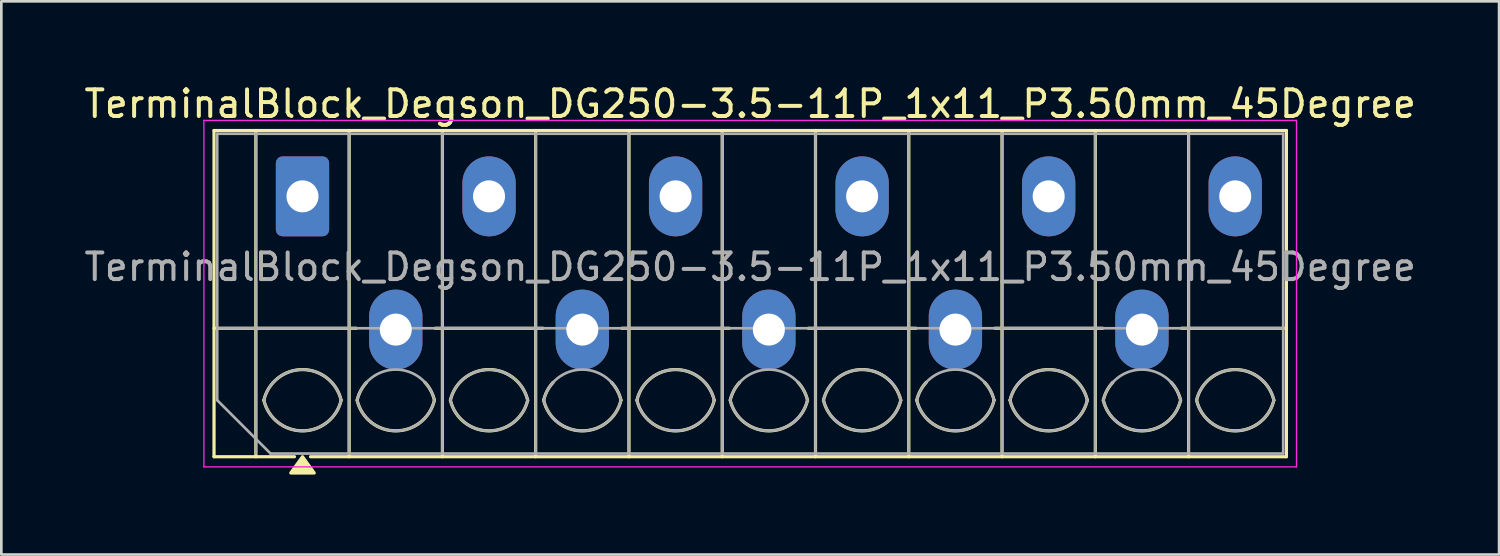
<source format=kicad_pcb>
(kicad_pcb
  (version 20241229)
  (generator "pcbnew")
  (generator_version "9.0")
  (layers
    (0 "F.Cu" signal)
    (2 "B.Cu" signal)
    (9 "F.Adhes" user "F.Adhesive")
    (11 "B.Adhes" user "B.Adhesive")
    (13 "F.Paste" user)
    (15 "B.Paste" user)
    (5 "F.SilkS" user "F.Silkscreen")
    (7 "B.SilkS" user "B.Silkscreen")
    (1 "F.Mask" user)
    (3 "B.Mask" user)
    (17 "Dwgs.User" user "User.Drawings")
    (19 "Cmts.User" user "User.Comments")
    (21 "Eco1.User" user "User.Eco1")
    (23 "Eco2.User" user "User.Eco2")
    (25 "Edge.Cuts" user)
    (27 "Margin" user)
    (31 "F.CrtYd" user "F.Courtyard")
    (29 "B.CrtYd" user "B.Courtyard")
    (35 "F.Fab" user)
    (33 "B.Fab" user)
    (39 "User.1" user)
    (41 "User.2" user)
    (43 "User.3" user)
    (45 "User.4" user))
  (footprint "TerminalBlock_Degson_DG250-3.5-11P_1x11_P3.50mm_45Degree"
    (layer "F.Cu")
    (at 8.301 4.318)
    (property "Reference" "TerminalBlock_Degson_DG250-3.5-11P_1x11_P3.50mm_45Degree" (at 16.8 -3.47 0) (layer "F.SilkS") (effects (font (size 1 1) (thickness 0.15))))
    (attr through_hole)
    (fp_line (start -3.32 -2.47) (end -3.32 9.77) (stroke (width 0.12) (type solid)) (layer "F.SilkS"))
    (fp_line (start -3.32 -2.47) (end 36.92 -2.47) (stroke (width 0.12) (type solid)) (layer "F.SilkS"))
    (fp_line (start -3.32 4.95) (end 2.02 4.95) (stroke (width 0.12) (type solid)) (layer "F.SilkS"))
    (fp_line (start -3.32 9.77) (end -0.3 9.77) (stroke (width 0.12) (type solid)) (layer "F.SilkS"))
    (fp_line (start -1.75 -2.47) (end -1.75 9.77) (stroke (width 0.12) (type solid)) (layer "F.SilkS"))
    (fp_line (start 0.3 9.77) (end 36.92 9.77) (stroke (width 0.12) (type solid)) (layer "F.SilkS"))
    (fp_line (start 1.75 -2.47) (end 1.75 9.77) (stroke (width 0.12) (type solid)) (layer "F.SilkS"))
    (fp_line (start 4.98 4.95) (end 9.02 4.95) (stroke (width 0.12) (type solid)) (layer "F.SilkS"))
    (fp_line (start 5.25 -2.47) (end 5.25 9.77) (stroke (width 0.12) (type solid)) (layer "F.SilkS"))
    (fp_line (start 8.75 -2.47) (end 8.75 9.77) (stroke (width 0.12) (type solid)) (layer "F.SilkS"))
    (fp_line (start 11.98 4.95) (end 16.02 4.95) (stroke (width 0.12) (type solid)) (layer "F.SilkS"))
    (fp_line (start 12.25 -2.47) (end 12.25 9.77) (stroke (width 0.12) (type solid)) (layer "F.SilkS"))
    (fp_line (start 15.75 -2.47) (end 15.75 9.77) (stroke (width 0.12) (type solid)) (layer "F.SilkS"))
    (fp_line (start 18.98 4.95) (end 23.02 4.95) (stroke (width 0.12) (type solid)) (layer "F.SilkS"))
    (fp_line (start 19.25 -2.47) (end 19.25 9.77) (stroke (width 0.12) (type solid)) (layer "F.SilkS"))
    (fp_line (start 22.75 -2.47) (end 22.75 9.77) (stroke (width 0.12) (type solid)) (layer "F.SilkS"))
    (fp_line (start 25.98 4.95) (end 30.02 4.95) (stroke (width 0.12) (type solid)) (layer "F.SilkS"))
    (fp_line (start 26.25 -2.47) (end 26.25 9.77) (stroke (width 0.12) (type solid)) (layer "F.SilkS"))
    (fp_line (start 29.75 -2.47) (end 29.75 9.77) (stroke (width 0.12) (type solid)) (layer "F.SilkS"))
    (fp_line (start 32.98 4.95) (end 36.92 4.95) (stroke (width 0.12) (type solid)) (layer "F.SilkS"))
    (fp_line (start 33.25 -2.47) (end 33.25 9.77) (stroke (width 0.12) (type solid)) (layer "F.SilkS"))
    (fp_line (start 36.92 -2.47) (end 36.92 9.77) (stroke (width 0.12) (type solid)) (layer "F.SilkS"))
    (fp_arc (start -1.45 7.65) (mid 0 6.5) (end 1.45 7.65) (stroke (width 0.12) (type solid)) (layer "F.SilkS"))
    (fp_arc (start 1.45 7.65) (mid 0 8.8) (end -1.45 7.65) (stroke (width 0.12) (type solid)) (layer "F.SilkS"))
    (fp_arc (start 2.05 7.65) (mid 2.18402 7.291962) (end 2.405 6.98) (stroke (width 0.12) (type solid)) (layer "F.SilkS"))
    (fp_arc (start 4.595 6.98) (mid 4.81598 7.291962) (end 4.95 7.65) (stroke (width 0.12) (type solid)) (layer "F.SilkS"))
    (fp_arc (start 4.95 7.65) (mid 3.5 8.8) (end 2.05 7.65) (stroke (width 0.12) (type solid)) (layer "F.SilkS"))
    (fp_arc (start 5.55 7.65) (mid 7 6.5) (end 8.45 7.65) (stroke (width 0.12) (type solid)) (layer "F.SilkS"))
    (fp_arc (start 8.45 7.65) (mid 7 8.8) (end 5.55 7.65) (stroke (width 0.12) (type solid)) (layer "F.SilkS"))
    (fp_arc (start 9.05 7.65) (mid 9.18402 7.291962) (end 9.405 6.98) (stroke (width 0.12) (type solid)) (layer "F.SilkS"))
    (fp_arc (start 11.595 6.98) (mid 11.81598 7.291962) (end 11.95 7.65) (stroke (width 0.12) (type solid)) (layer "F.SilkS"))
    (fp_arc (start 11.95 7.65) (mid 10.5 8.8) (end 9.05 7.65) (stroke (width 0.12) (type solid)) (layer "F.SilkS"))
    (fp_arc (start 12.55 7.65) (mid 14 6.5) (end 15.45 7.65) (stroke (width 0.12) (type solid)) (layer "F.SilkS"))
    (fp_arc (start 15.45 7.65) (mid 14 8.8) (end 12.55 7.65) (stroke (width 0.12) (type solid)) (layer "F.SilkS"))
    (fp_arc (start 16.05 7.65) (mid 16.18402 7.291962) (end 16.405 6.98) (stroke (width 0.12) (type solid)) (layer "F.SilkS"))
    (fp_arc (start 18.595 6.98) (mid 18.81598 7.291962) (end 18.95 7.65) (stroke (width 0.12) (type solid)) (layer "F.SilkS"))
    (fp_arc (start 18.95 7.65) (mid 17.5 8.8) (end 16.05 7.65) (stroke (width 0.12) (type solid)) (layer "F.SilkS"))
    (fp_arc (start 19.55 7.65) (mid 21 6.5) (end 22.45 7.65) (stroke (width 0.12) (type solid)) (layer "F.SilkS"))
    (fp_arc (start 22.45 7.65) (mid 21 8.8) (end 19.55 7.65) (stroke (width 0.12) (type solid)) (layer "F.SilkS"))
    (fp_arc (start 23.05 7.65) (mid 23.18402 7.291962) (end 23.405 6.98) (stroke (width 0.12) (type solid)) (layer "F.SilkS"))
    (fp_arc (start 25.595 6.98) (mid 25.81598 7.291962) (end 25.95 7.65) (stroke (width 0.12) (type solid)) (layer "F.SilkS"))
    (fp_arc (start 25.95 7.65) (mid 24.5 8.8) (end 23.05 7.65) (stroke (width 0.12) (type solid)) (layer "F.SilkS"))
    (fp_arc (start 26.55 7.65) (mid 28 6.5) (end 29.45 7.65) (stroke (width 0.12) (type solid)) (layer "F.SilkS"))
    (fp_arc (start 29.45 7.65) (mid 28 8.8) (end 26.55 7.65) (stroke (width 0.12) (type solid)) (layer "F.SilkS"))
    (fp_arc (start 30.05 7.65) (mid 30.18402 7.291962) (end 30.405 6.98) (stroke (width 0.12) (type solid)) (layer "F.SilkS"))
    (fp_arc (start 32.595 6.98) (mid 32.81598 7.291962) (end 32.95 7.65) (stroke (width 0.12) (type solid)) (layer "F.SilkS"))
    (fp_arc (start 32.95 7.65) (mid 31.5 8.8) (end 30.05 7.65) (stroke (width 0.12) (type solid)) (layer "F.SilkS"))
    (fp_arc (start 33.55 7.65) (mid 35 6.5) (end 36.45 7.65) (stroke (width 0.12) (type solid)) (layer "F.SilkS"))
    (fp_arc (start 36.45 7.65) (mid 35 8.8) (end 33.55 7.65) (stroke (width 0.12) (type solid)) (layer "F.SilkS"))
    (fp_poly (pts (xy 0 9.77) (xy 0.44 10.38) (xy -0.44 10.38)) (stroke (width 0.12) (type solid)) (fill yes) (layer "F.SilkS"))
    (fp_line (start -3.7 -2.85) (end -3.7 10.15) (stroke (width 0.05) (type solid)) (layer "F.CrtYd"))
    (fp_line (start -3.7 10.15) (end 37.3 10.15) (stroke (width 0.05) (type solid)) (layer "F.CrtYd"))
    (fp_line (start 37.3 -2.85) (end -3.7 -2.85) (stroke (width 0.05) (type solid)) (layer "F.CrtYd"))
    (fp_line (start 37.3 10.15) (end 37.3 -2.85) (stroke (width 0.05) (type solid)) (layer "F.CrtYd"))
    (fp_line (start -3.2 -2.35) (end 36.8 -2.35) (stroke (width 0.1) (type solid)) (layer "F.Fab"))
    (fp_line (start -3.2 4.95) (end 36.8 4.95) (stroke (width 0.1) (type solid)) (layer "F.Fab"))
    (fp_line (start -3.2 7.65) (end -3.2 -2.35) (stroke (width 0.1) (type solid)) (layer "F.Fab"))
    (fp_line (start -1.75 -2.35) (end -1.75 9.65) (stroke (width 0.1) (type solid)) (layer "F.Fab"))
    (fp_line (start -1.2 9.65) (end -3.2 7.65) (stroke (width 0.1) (type solid)) (layer "F.Fab"))
    (fp_line (start 1.75 -2.35) (end 1.75 9.65) (stroke (width 0.1) (type solid)) (layer "F.Fab"))
    (fp_line (start 5.25 -2.35) (end 5.25 9.65) (stroke (width 0.1) (type solid)) (layer "F.Fab"))
    (fp_line (start 8.75 -2.35) (end 8.75 9.65) (stroke (width 0.1) (type solid)) (layer "F.Fab"))
    (fp_line (start 12.25 -2.35) (end 12.25 9.65) (stroke (width 0.1) (type solid)) (layer "F.Fab"))
    (fp_line (start 15.75 -2.35) (end 15.75 9.65) (stroke (width 0.1) (type solid)) (layer "F.Fab"))
    (fp_line (start 19.25 -2.35) (end 19.25 9.65) (stroke (width 0.1) (type solid)) (layer "F.Fab"))
    (fp_line (start 22.75 -2.35) (end 22.75 9.65) (stroke (width 0.1) (type solid)) (layer "F.Fab"))
    (fp_line (start 26.25 -2.35) (end 26.25 9.65) (stroke (width 0.1) (type solid)) (layer "F.Fab"))
    (fp_line (start 29.75 -2.35) (end 29.75 9.65) (stroke (width 0.1) (type solid)) (layer "F.Fab"))
    (fp_line (start 33.25 -2.35) (end 33.25 9.65) (stroke (width 0.1) (type solid)) (layer "F.Fab"))
    (fp_line (start 36.8 -2.35) (end 36.8 9.65) (stroke (width 0.1) (type solid)) (layer "F.Fab"))
    (fp_line (start 36.8 9.65) (end -1.2 9.65) (stroke (width 0.1) (type solid)) (layer "F.Fab"))
    (fp_arc (start -1.45 7.65) (mid 0 6.5) (end 1.45 7.65) (stroke (width 0.1) (type solid)) (layer "F.Fab"))
    (fp_arc (start 1.45 7.65) (mid 0 8.8) (end -1.45 7.65) (stroke (width 0.1) (type solid)) (layer "F.Fab"))
    (fp_arc (start 2.05 7.65) (mid 3.5 6.5) (end 4.95 7.65) (stroke (width 0.1) (type solid)) (layer "F.Fab"))
    (fp_arc (start 4.95 7.65) (mid 3.5 8.8) (end 2.05 7.65) (stroke (width 0.1) (type solid)) (layer "F.Fab"))
    (fp_arc (start 5.55 7.65) (mid 7 6.5) (end 8.45 7.65) (stroke (width 0.1) (type solid)) (layer "F.Fab"))
    (fp_arc (start 8.45 7.65) (mid 7 8.8) (end 5.55 7.65) (stroke (width 0.1) (type solid)) (layer "F.Fab"))
    (fp_arc (start 9.05 7.65) (mid 10.5 6.5) (end 11.95 7.65) (stroke (width 0.1) (type solid)) (layer "F.Fab"))
    (fp_arc (start 11.95 7.65) (mid 10.5 8.8) (end 9.05 7.65) (stroke (width 0.1) (type solid)) (layer "F.Fab"))
    (fp_arc (start 12.55 7.65) (mid 14 6.5) (end 15.45 7.65) (stroke (width 0.1) (type solid)) (layer "F.Fab"))
    (fp_arc (start 15.45 7.65) (mid 14 8.8) (end 12.55 7.65) (stroke (width 0.1) (type solid)) (layer "F.Fab"))
    (fp_arc (start 16.05 7.65) (mid 17.5 6.5) (end 18.95 7.65) (stroke (width 0.1) (type solid)) (layer "F.Fab"))
    (fp_arc (start 18.95 7.65) (mid 17.5 8.8) (end 16.05 7.65) (stroke (width 0.1) (type solid)) (layer "F.Fab"))
    (fp_arc (start 19.55 7.65) (mid 21 6.5) (end 22.45 7.65) (stroke (width 0.1) (type solid)) (layer "F.Fab"))
    (fp_arc (start 22.45 7.65) (mid 21 8.8) (end 19.55 7.65) (stroke (width 0.1) (type solid)) (layer "F.Fab"))
    (fp_arc (start 23.05 7.65) (mid 24.5 6.5) (end 25.95 7.65) (stroke (width 0.1) (type solid)) (layer "F.Fab"))
    (fp_arc (start 25.95 7.65) (mid 24.5 8.8) (end 23.05 7.65) (stroke (width 0.1) (type solid)) (layer "F.Fab"))
    (fp_arc (start 26.55 7.65) (mid 28 6.5) (end 29.45 7.65) (stroke (width 0.1) (type solid)) (layer "F.Fab"))
    (fp_arc (start 29.45 7.65) (mid 28 8.8) (end 26.55 7.65) (stroke (width 0.1) (type solid)) (layer "F.Fab"))
    (fp_arc (start 30.05 7.65) (mid 31.5 6.5) (end 32.95 7.65) (stroke (width 0.1) (type solid)) (layer "F.Fab"))
    (fp_arc (start 32.95 7.65) (mid 31.5 8.8) (end 30.05 7.65) (stroke (width 0.1) (type solid)) (layer "F.Fab"))
    (fp_arc (start 33.55 7.65) (mid 35 6.5) (end 36.45 7.65) (stroke (width 0.1) (type solid)) (layer "F.Fab"))
    (fp_arc (start 36.45 7.65) (mid 35 8.8) (end 33.55 7.65) (stroke (width 0.1) (type solid)) (layer "F.Fab"))
    (fp_text user "${REFERENCE}" (at 16.8 2.65 0) (layer "F.Fab") (effects (font (size 1 1) (thickness 0.15))))
    (pad "1" thru_hole roundrect (at 0 0) (size 2 3) (drill 1.2) (layers "*.Cu" "*.Mask") (roundrect_rratio 0.125))
    (pad "2" thru_hole oval (at 3.5 5) (size 2 3) (drill 1.2) (layers "*.Cu" "*.Mask"))
    (pad "3" thru_hole oval (at 7 0) (size 2 3) (drill 1.2) (layers "*.Cu" "*.Mask"))
    (pad "4" thru_hole oval (at 10.5 5) (size 2 3) (drill 1.2) (layers "*.Cu" "*.Mask"))
    (pad "5" thru_hole oval (at 14 0) (size 2 3) (drill 1.2) (layers "*.Cu" "*.Mask"))
    (pad "6" thru_hole oval (at 17.5 5) (size 2 3) (drill 1.2) (layers "*.Cu" "*.Mask"))
    (pad "7" thru_hole oval (at 21 0) (size 2 3) (drill 1.2) (layers "*.Cu" "*.Mask"))
    (pad "8" thru_hole oval (at 24.5 5) (size 2 3) (drill 1.2) (layers "*.Cu" "*.Mask"))
    (pad "9" thru_hole oval (at 28 0) (size 2 3) (drill 1.2) (layers "*.Cu" "*.Mask"))
    (pad "10" thru_hole oval (at 31.5 5) (size 2 3) (drill 1.2) (layers "*.Cu" "*.Mask"))
    (pad "11" thru_hole oval (at 35 0) (size 2 3) (drill 1.2) (layers "*.Cu" "*.Mask")))
  (gr_rect
    (start -3 -3)
    (end 53.202 17.758)
    (stroke (width 0.1) (type default))
    (fill no)
    (layer "Edge.Cuts")))
</source>
